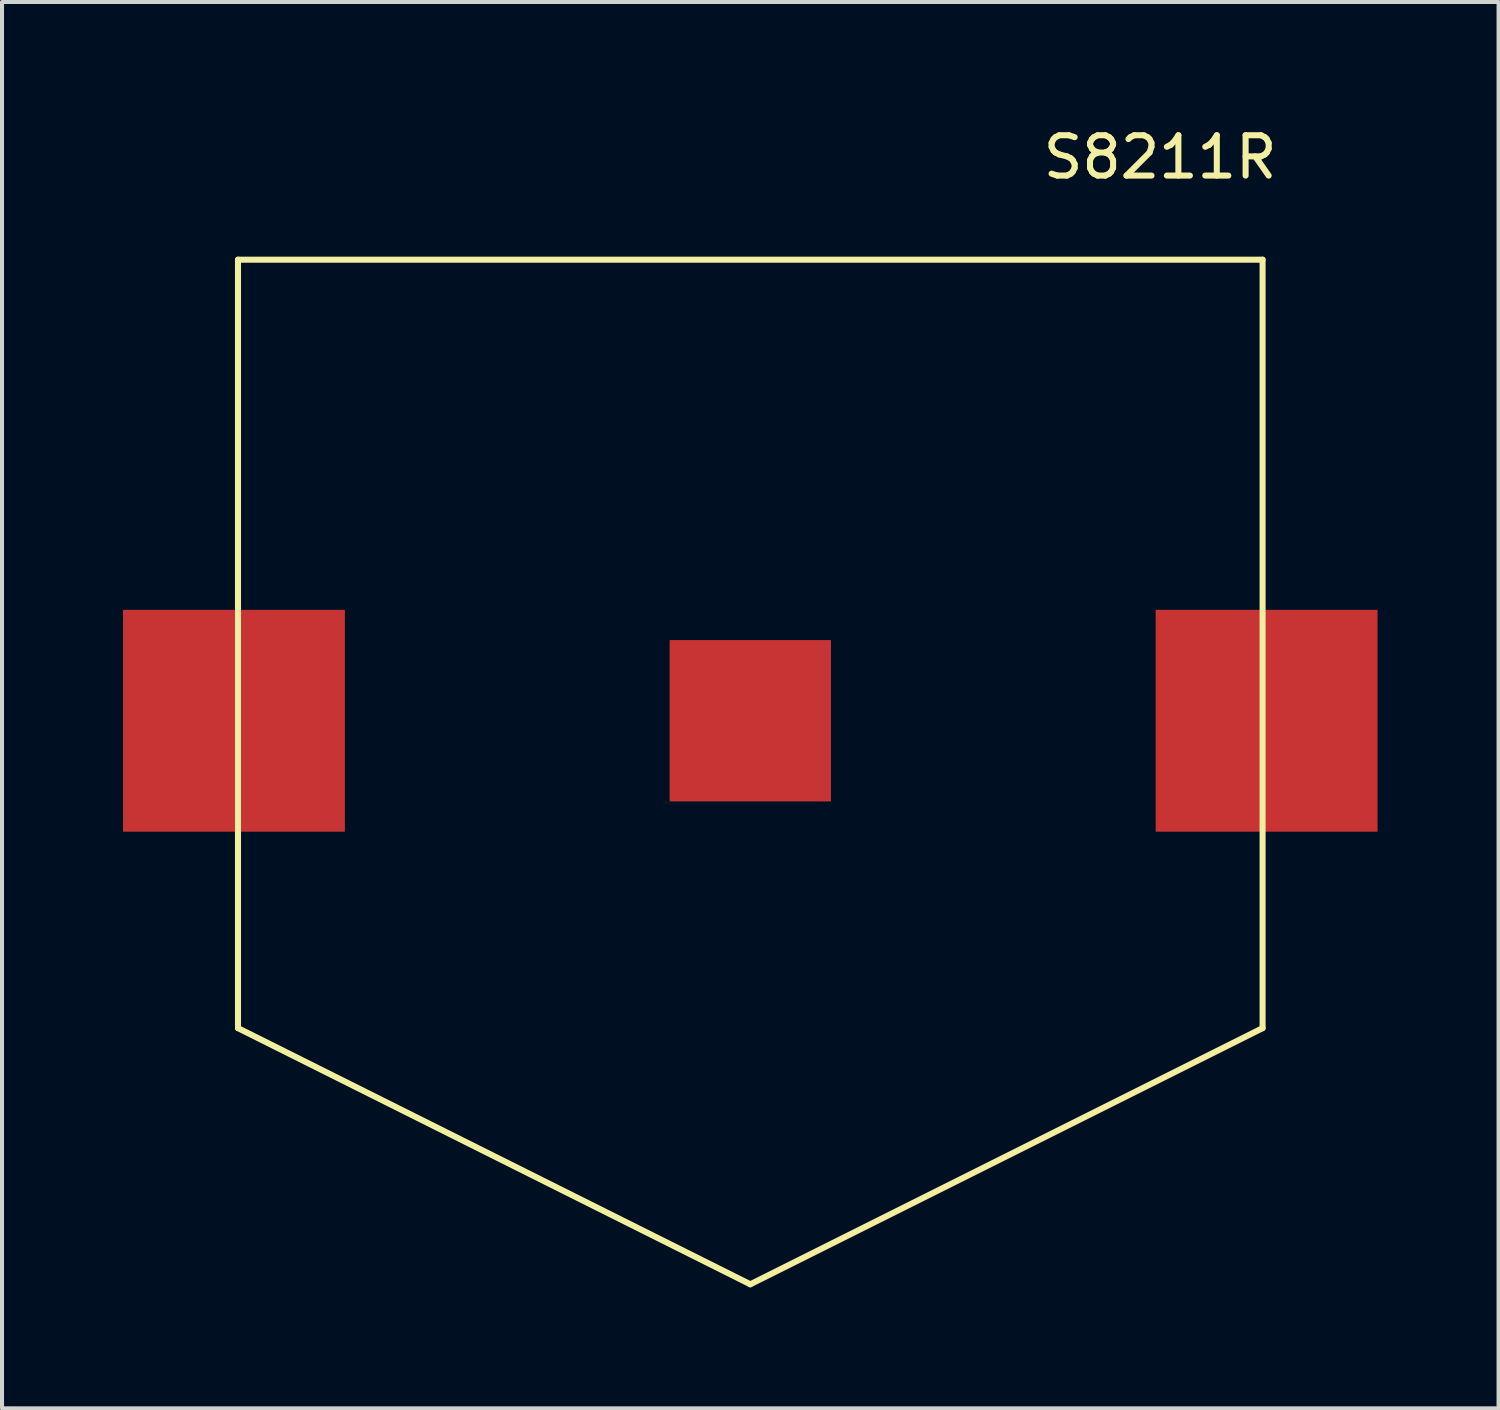
<source format=kicad_pcb>
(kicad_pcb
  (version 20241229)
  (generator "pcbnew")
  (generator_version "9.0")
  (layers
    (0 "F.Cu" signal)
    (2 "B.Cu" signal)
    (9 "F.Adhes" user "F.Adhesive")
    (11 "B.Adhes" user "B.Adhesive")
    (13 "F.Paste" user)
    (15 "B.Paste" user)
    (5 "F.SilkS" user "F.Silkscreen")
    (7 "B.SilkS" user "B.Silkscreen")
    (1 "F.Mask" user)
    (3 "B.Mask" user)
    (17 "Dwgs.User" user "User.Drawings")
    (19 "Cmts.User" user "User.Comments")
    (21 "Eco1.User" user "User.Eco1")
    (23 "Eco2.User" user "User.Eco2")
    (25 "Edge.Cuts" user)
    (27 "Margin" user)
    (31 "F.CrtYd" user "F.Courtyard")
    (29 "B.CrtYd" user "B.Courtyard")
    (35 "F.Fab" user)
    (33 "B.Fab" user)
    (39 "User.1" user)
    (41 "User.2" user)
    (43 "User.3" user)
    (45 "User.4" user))
  (footprint "S8211R"
    (layer "F.Cu")
    (at 15.55 14.818)
    (property "Reference" "S8211R" (at 10.16 -13.97 0) (layer "F.SilkS") (effects (font (size 1 1) (thickness 0.15))))
    (attr through_hole)
    (fp_line (start -12.7 -11.43) (end 12.7 -11.43) (stroke (width 0.15) (type solid)) (layer "F.SilkS"))
    (fp_line (start -12.7 0) (end -12.7 -11.43) (stroke (width 0.15) (type solid)) (layer "F.SilkS"))
    (fp_line (start -12.7 7.62) (end -12.7 0) (stroke (width 0.15) (type solid)) (layer "F.SilkS"))
    (fp_line (start 0 13.97) (end -12.7 7.62) (stroke (width 0.15) (type solid)) (layer "F.SilkS"))
    (fp_line (start 12.7 -11.43) (end 12.7 7.62) (stroke (width 0.15) (type solid)) (layer "F.SilkS"))
    (fp_line (start 12.7 7.62) (end 0 13.97) (stroke (width 0.15) (type solid)) (layer "F.SilkS"))
    (pad "1" smd rect (at -12.8 0) (size 5.5 5.5) (layers "F.Cu" "F.Mask" "F.Paste"))
    (pad "1" smd rect (at 12.8 0) (size 5.5 5.5) (layers "F.Cu" "F.Mask" "F.Paste"))
    (pad "2" smd rect (at 0 0) (size 4 4) (layers "F.Cu" "F.Mask" "F.Paste")))
  (gr_rect
    (start -3 -3)
    (end 34.1 31.863)
    (stroke (width 0.1) (type default))
    (fill no)
    (layer "Edge.Cuts")))
</source>
